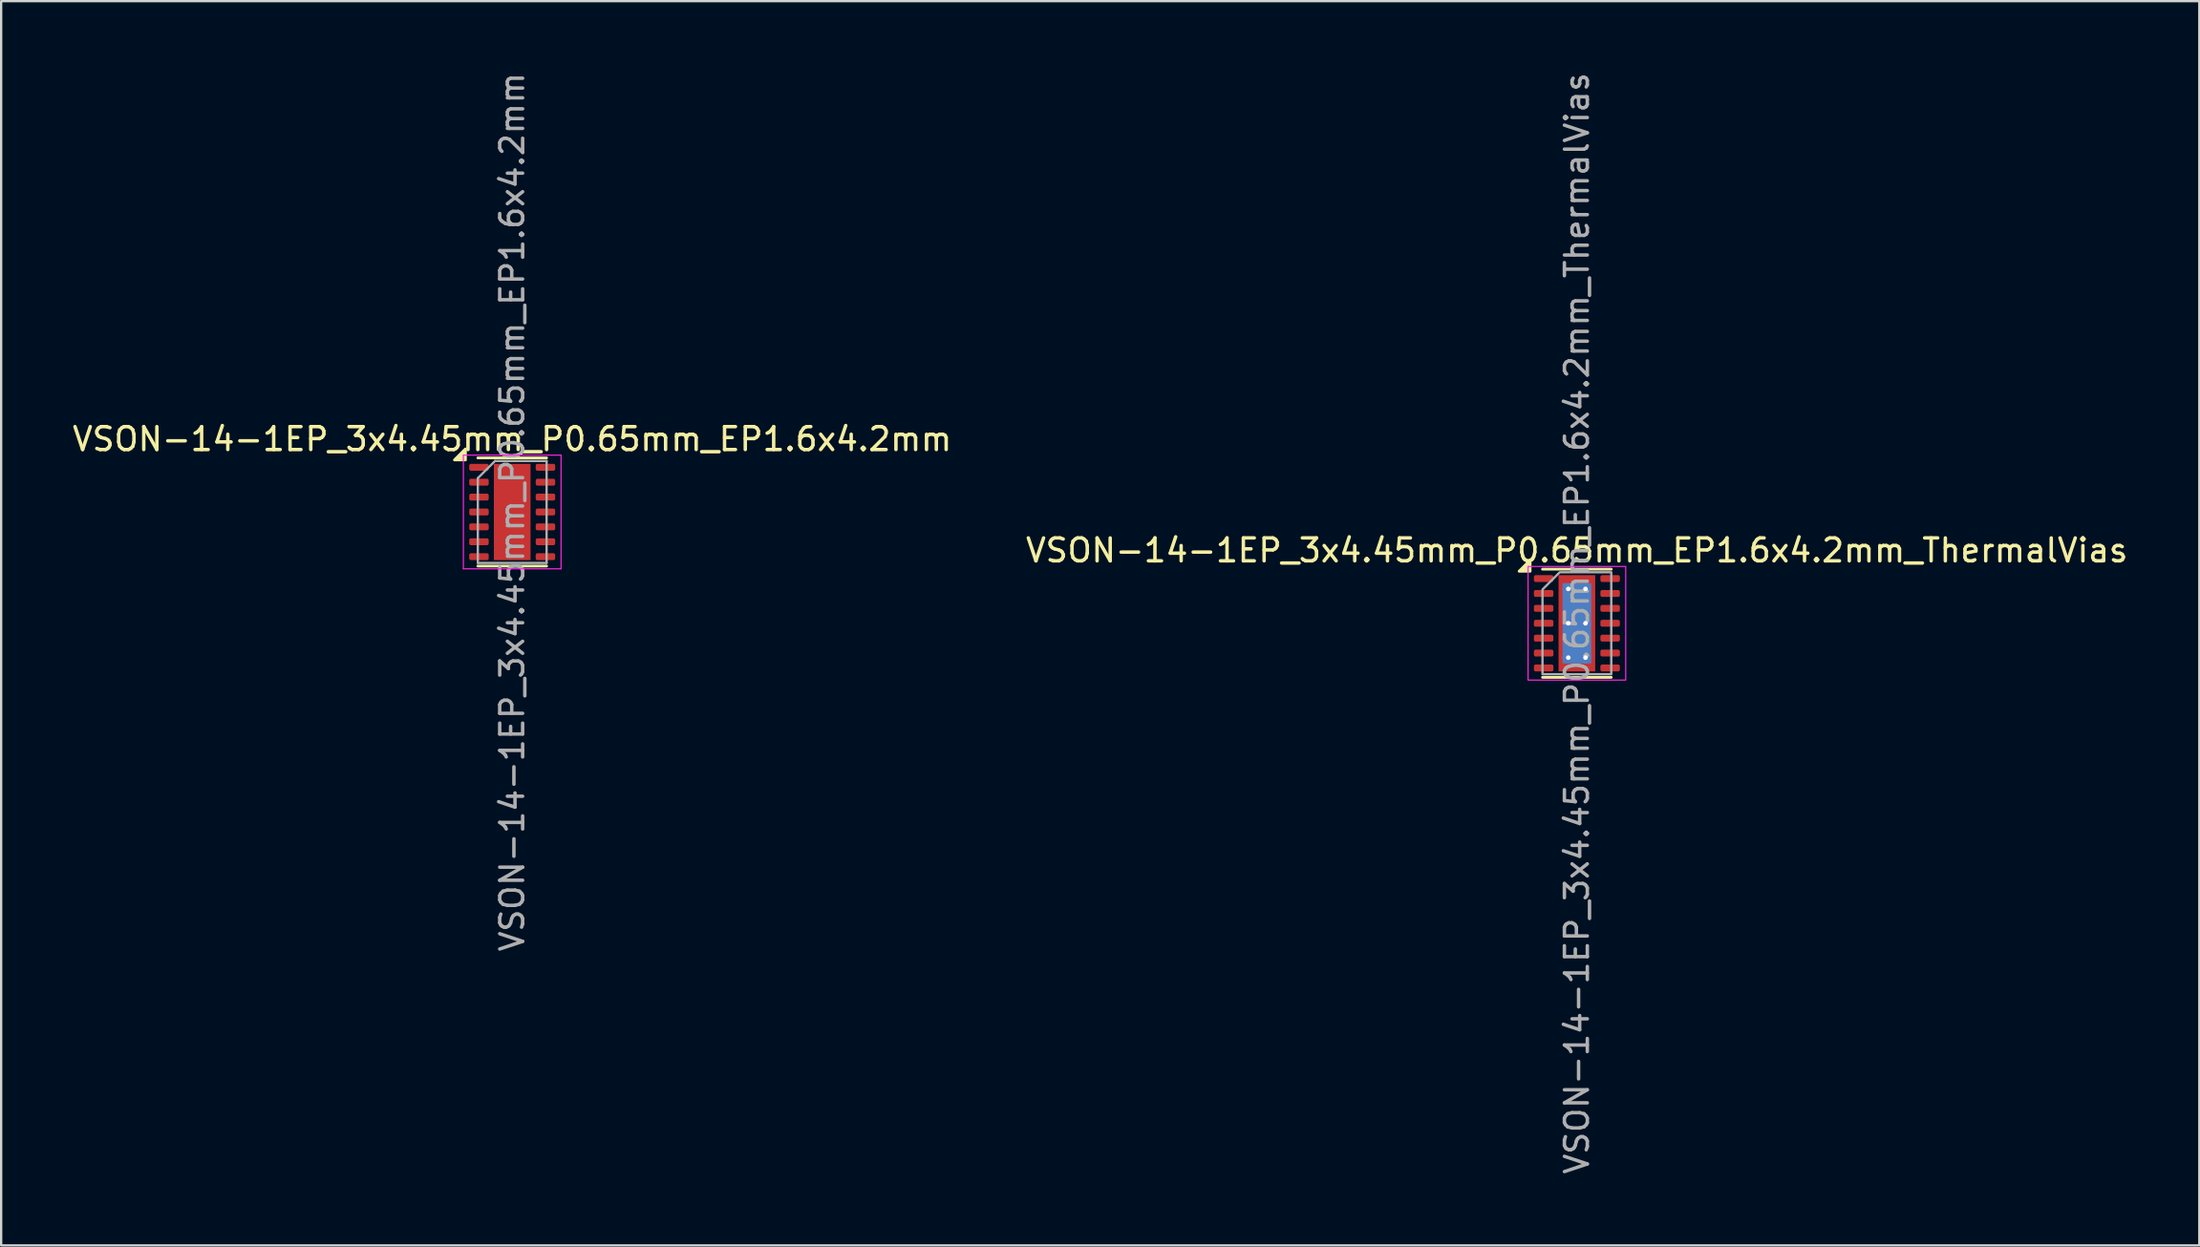
<source format=kicad_pcb>
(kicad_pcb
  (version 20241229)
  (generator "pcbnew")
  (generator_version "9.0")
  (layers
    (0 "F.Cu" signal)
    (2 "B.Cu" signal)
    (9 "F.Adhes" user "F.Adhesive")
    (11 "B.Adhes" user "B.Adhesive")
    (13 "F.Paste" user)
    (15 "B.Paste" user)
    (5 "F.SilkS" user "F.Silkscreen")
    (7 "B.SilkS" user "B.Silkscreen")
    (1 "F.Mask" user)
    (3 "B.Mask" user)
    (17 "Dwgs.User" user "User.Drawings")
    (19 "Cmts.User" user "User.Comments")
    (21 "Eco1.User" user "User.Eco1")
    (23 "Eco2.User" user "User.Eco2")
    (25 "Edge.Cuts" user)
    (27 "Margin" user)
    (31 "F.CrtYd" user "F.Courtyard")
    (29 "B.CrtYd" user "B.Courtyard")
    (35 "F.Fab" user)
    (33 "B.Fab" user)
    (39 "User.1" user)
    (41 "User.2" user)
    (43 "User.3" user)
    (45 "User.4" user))
  (footprint "VSON-14-1EP_3x4.45mm_P0.65mm_EP1.6x4.2mm"
    (layer "F.Cu")
    (at 19.292 19.292)
    (property "Reference" "VSON-14-1EP_3x4.45mm_P0.65mm_EP1.6x4.2mm" (at 0 -3.18 0) (layer "F.SilkS") (effects (font (size 1 1) (thickness 0.15))))
    (attr smd)
    (fp_line (start -1.5 -2.36) (end 1.5 -2.36) (stroke (width 0.12) (type solid)) (layer "F.SilkS"))
    (fp_line (start -1.5 2.36) (end 1.5 2.36) (stroke (width 0.12) (type solid)) (layer "F.SilkS"))
    (fp_poly (pts (xy -2.04 -2.27) (xy -2.52 -2.27) (xy -2.04 -2.75) (xy -2.04 -2.27)) (stroke (width 0.12) (type solid)) (fill yes) (layer "F.SilkS"))
    (fp_line (start -2.13 -2.48) (end -2.13 2.48) (stroke (width 0.05) (type solid)) (layer "F.CrtYd"))
    (fp_line (start -2.13 2.48) (end 2.13 2.48) (stroke (width 0.05) (type solid)) (layer "F.CrtYd"))
    (fp_line (start 2.13 -2.48) (end -2.13 -2.48) (stroke (width 0.05) (type solid)) (layer "F.CrtYd"))
    (fp_line (start 2.13 2.48) (end 2.13 -2.48) (stroke (width 0.05) (type solid)) (layer "F.CrtYd"))
    (fp_line (start -1.5 -1.475) (end -0.75 -2.225) (stroke (width 0.1) (type solid)) (layer "F.Fab"))
    (fp_line (start -1.5 2.225) (end -1.5 -1.475) (stroke (width 0.1) (type solid)) (layer "F.Fab"))
    (fp_line (start -0.75 -2.225) (end 1.5 -2.225) (stroke (width 0.1) (type solid)) (layer "F.Fab"))
    (fp_line (start 1.5 -2.225) (end 1.5 2.225) (stroke (width 0.1) (type solid)) (layer "F.Fab"))
    (fp_line (start 1.5 2.225) (end -1.5 2.225) (stroke (width 0.1) (type solid)) (layer "F.Fab"))
    (fp_text user "${REFERENCE}" (at 0 0 90) (layer "F.Fab") (effects (font (size 1 1) (thickness 0.15))))
    (pad "" smd roundrect (at 0 0) (size 1.29 3.39) (layers "F.Paste") (roundrect_rratio 0.194))
    (pad "1" smd roundrect (at -1.45 -1.95) (size 0.85 0.3) (layers "F.Cu" "F.Mask" "F.Paste") (roundrect_rratio 0.25))
    (pad "2" smd roundrect (at -1.45 -1.3) (size 0.85 0.3) (layers "F.Cu" "F.Mask" "F.Paste") (roundrect_rratio 0.25))
    (pad "3" smd roundrect (at -1.45 -0.65) (size 0.85 0.3) (layers "F.Cu" "F.Mask" "F.Paste") (roundrect_rratio 0.25))
    (pad "4" smd roundrect (at -1.45 0) (size 0.85 0.3) (layers "F.Cu" "F.Mask" "F.Paste") (roundrect_rratio 0.25))
    (pad "5" smd roundrect (at -1.45 0.65) (size 0.85 0.3) (layers "F.Cu" "F.Mask" "F.Paste") (roundrect_rratio 0.25))
    (pad "6" smd roundrect (at -1.45 1.3) (size 0.85 0.3) (layers "F.Cu" "F.Mask" "F.Paste") (roundrect_rratio 0.25))
    (pad "7" smd roundrect (at -1.45 1.95) (size 0.85 0.3) (layers "F.Cu" "F.Mask" "F.Paste") (roundrect_rratio 0.25))
    (pad "8" smd roundrect (at 1.45 1.95) (size 0.85 0.3) (layers "F.Cu" "F.Mask" "F.Paste") (roundrect_rratio 0.25))
    (pad "9" smd roundrect (at 1.45 1.3) (size 0.85 0.3) (layers "F.Cu" "F.Mask" "F.Paste") (roundrect_rratio 0.25))
    (pad "10" smd roundrect (at 1.45 0.65) (size 0.85 0.3) (layers "F.Cu" "F.Mask" "F.Paste") (roundrect_rratio 0.25))
    (pad "11" smd roundrect (at 1.45 0) (size 0.85 0.3) (layers "F.Cu" "F.Mask" "F.Paste") (roundrect_rratio 0.25))
    (pad "12" smd roundrect (at 1.45 -0.65) (size 0.85 0.3) (layers "F.Cu" "F.Mask" "F.Paste") (roundrect_rratio 0.25))
    (pad "13" smd roundrect (at 1.45 -1.3) (size 0.85 0.3) (layers "F.Cu" "F.Mask" "F.Paste") (roundrect_rratio 0.25))
    (pad "14" smd roundrect (at 1.45 -1.95) (size 0.85 0.3) (layers "F.Cu" "F.Mask" "F.Paste") (roundrect_rratio 0.25))
    (pad "15" smd rect (at 0 0) (size 1.6 4.2) (property pad_prop_heatsink) (layers "F.Cu" "F.Mask")))
  (footprint "VSON-14-1EP_3x4.45mm_P0.65mm_EP1.6x4.2mm_ThermalVias"
    (layer "F.Cu")
    (at 65.732 24.149)
    (property "Reference" "VSON-14-1EP_3x4.45mm_P0.65mm_EP1.6x4.2mm_ThermalVias" (at 0 -3.18 0) (layer "F.SilkS") (effects (font (size 1 1) (thickness 0.15))))
    (attr smd)
    (fp_line (start -1.5 -2.36) (end 1.5 -2.36) (stroke (width 0.12) (type solid)) (layer "F.SilkS"))
    (fp_line (start -1.5 2.36) (end 1.5 2.36) (stroke (width 0.12) (type solid)) (layer "F.SilkS"))
    (fp_poly (pts (xy -2.04 -2.27) (xy -2.52 -2.27) (xy -2.04 -2.75)) (stroke (width 0.12) (type solid)) (fill yes) (layer "F.SilkS"))
    (fp_rect (start -2.13 -2.48) (end 2.13 2.48) (stroke (width 0.05) (type solid)) (fill no) (layer "F.CrtYd"))
    (fp_poly (pts (xy -1.5 -1.475) (xy -1.5 2.225) (xy 1.5 2.225) (xy 1.5 -2.225) (xy -0.75 -2.225)) (stroke (width 0.1) (type solid)) (fill no) (layer "F.Fab"))
    (fp_text user "${REFERENCE}" (at 0 0 90) (layer "F.Fab") (effects (font (size 1 1) (thickness 0.15))))
    (pad "" smd custom (at -0.588 -1.8) (size 0.163 0.163) (layers "F.Paste") (options (anchor circle)) (primitives (gr_poly (pts (xy -0.127 -0.198) (xy 0.127 -0.198) (xy 0.127 -0.031) (xy -0.101 0.198) (xy -0.127 0.198)) (width 0.088) (fill yes))))
    (pad "" smd custom (at -0.588 -0.75) (size 0.225 0.225) (layers "F.Paste") (options (anchor circle)) (primitives (gr_poly (pts (xy -0.086 -0.519) (xy -0.031 -0.519) (xy 0.086 -0.402) (xy 0.086 0.402) (xy -0.031 0.519) (xy -0.086 0.519)) (width 0.171) (fill yes))))
    (pad "" smd custom (at -0.588 0.75) (size 0.225 0.225) (layers "F.Paste") (options (anchor circle)) (primitives (gr_poly (pts (xy -0.086 -0.519) (xy -0.031 -0.519) (xy 0.086 -0.402) (xy 0.086 0.402) (xy -0.031 0.519) (xy -0.086 0.519)) (width 0.171) (fill yes))))
    (pad "" smd custom (at -0.588 1.8) (size 0.163 0.163) (layers "F.Paste") (options (anchor circle)) (primitives (gr_poly (pts (xy -0.127 -0.198) (xy -0.101 -0.198) (xy 0.127 0.031) (xy 0.127 0.198) (xy -0.127 0.198)) (width 0.088) (fill yes))))
    (pad "" smd custom (at 0 -1.8) (size 0.326 0.326) (layers "F.Paste") (options (anchor circle)) (primitives (gr_poly (pts (xy -0.181 -0.121) (xy 0.181 -0.121) (xy 0.181 -0.031) (xy 0.029 0.121) (xy -0.029 0.121) (xy -0.181 -0.031)) (width 0.242) (fill yes))))
    (pad "" smd custom (at 0 -0.75) (size 0.509 0.509) (layers "F.Paste") (options (anchor circle)) (primitives (gr_poly (pts (xy -0.206 -0.429) (xy -0.127 -0.509) (xy 0.127 -0.509) (xy 0.206 -0.429) (xy 0.206 0.429) (xy 0.127 0.509) (xy -0.127 0.509) (xy -0.206 0.429)) (width 0.192) (fill yes))))
    (pad "" smd custom (at 0 0.75) (size 0.509 0.509) (layers "F.Paste") (options (anchor circle)) (primitives (gr_poly (pts (xy -0.206 -0.429) (xy -0.127 -0.509) (xy 0.127 -0.509) (xy 0.206 -0.429) (xy 0.206 0.429) (xy 0.127 0.509) (xy -0.127 0.509) (xy -0.206 0.429)) (width 0.192) (fill yes))))
    (pad "" smd custom (at 0 1.8) (size 0.326 0.326) (layers "F.Paste") (options (anchor circle)) (primitives (gr_poly (pts (xy -0.181 0.031) (xy -0.029 -0.121) (xy 0.029 -0.121) (xy 0.181 0.031) (xy 0.181 0.121) (xy -0.181 0.121)) (width 0.242) (fill yes))))
    (pad "" smd custom (at 0.588 -1.8) (size 0.163 0.163) (layers "F.Paste") (options (anchor circle)) (primitives (gr_poly (pts (xy -0.127 -0.198) (xy 0.127 -0.198) (xy 0.127 0.198) (xy 0.101 0.198) (xy -0.127 -0.031)) (width 0.088) (fill yes))))
    (pad "" smd custom (at 0.588 -0.75) (size 0.225 0.225) (layers "F.Paste") (options (anchor circle)) (primitives (gr_poly (pts (xy -0.086 -0.402) (xy 0.031 -0.519) (xy 0.086 -0.519) (xy 0.086 0.519) (xy 0.031 0.519) (xy -0.086 0.402)) (width 0.171) (fill yes))))
    (pad "" smd custom (at 0.588 0.75) (size 0.225 0.225) (layers "F.Paste") (options (anchor circle)) (primitives (gr_poly (pts (xy -0.086 -0.402) (xy 0.031 -0.519) (xy 0.086 -0.519) (xy 0.086 0.519) (xy 0.031 0.519) (xy -0.086 0.402)) (width 0.171) (fill yes))))
    (pad "" smd custom (at 0.588 1.8) (size 0.163 0.163) (layers "F.Paste") (options (anchor circle)) (primitives (gr_poly (pts (xy -0.127 0.031) (xy 0.101 -0.198) (xy 0.127 -0.198) (xy 0.127 0.198) (xy -0.127 0.198)) (width 0.088) (fill yes))))
    (pad "1" smd roundrect (at -1.45 -1.95) (size 0.85 0.3) (layers "F.Cu" "F.Mask" "F.Paste") (roundrect_rratio 0.25))
    (pad "2" smd roundrect (at -1.45 -1.3) (size 0.85 0.3) (layers "F.Cu" "F.Mask" "F.Paste") (roundrect_rratio 0.25))
    (pad "3" smd roundrect (at -1.45 -0.65) (size 0.85 0.3) (layers "F.Cu" "F.Mask" "F.Paste") (roundrect_rratio 0.25))
    (pad "4" smd roundrect (at -1.45 0) (size 0.85 0.3) (layers "F.Cu" "F.Mask" "F.Paste") (roundrect_rratio 0.25))
    (pad "5" smd roundrect (at -1.45 0.65) (size 0.85 0.3) (layers "F.Cu" "F.Mask" "F.Paste") (roundrect_rratio 0.25))
    (pad "6" smd roundrect (at -1.45 1.3) (size 0.85 0.3) (layers "F.Cu" "F.Mask" "F.Paste") (roundrect_rratio 0.25))
    (pad "7" smd roundrect (at -1.45 1.95) (size 0.85 0.3) (layers "F.Cu" "F.Mask" "F.Paste") (roundrect_rratio 0.25))
    (pad "8" smd roundrect (at 1.45 1.95) (size 0.85 0.3) (layers "F.Cu" "F.Mask" "F.Paste") (roundrect_rratio 0.25))
    (pad "9" smd roundrect (at 1.45 1.3) (size 0.85 0.3) (layers "F.Cu" "F.Mask" "F.Paste") (roundrect_rratio 0.25))
    (pad "10" smd roundrect (at 1.45 0.65) (size 0.85 0.3) (layers "F.Cu" "F.Mask" "F.Paste") (roundrect_rratio 0.25))
    (pad "11" smd roundrect (at 1.45 0) (size 0.85 0.3) (layers "F.Cu" "F.Mask" "F.Paste") (roundrect_rratio 0.25))
    (pad "12" smd roundrect (at 1.45 -0.65) (size 0.85 0.3) (layers "F.Cu" "F.Mask" "F.Paste") (roundrect_rratio 0.25))
    (pad "13" smd roundrect (at 1.45 -1.3) (size 0.85 0.3) (layers "F.Cu" "F.Mask" "F.Paste") (roundrect_rratio 0.25))
    (pad "14" smd roundrect (at 1.45 -1.95) (size 0.85 0.3) (layers "F.Cu" "F.Mask" "F.Paste") (roundrect_rratio 0.25))
    (pad "15" thru_hole circle (at -0.375 -1.5) (size 0.5 0.5) (drill 0.2) (property pad_prop_heatsink) (layers "*.Cu"))
    (pad "15" thru_hole circle (at -0.375 0) (size 0.5 0.5) (drill 0.2) (property pad_prop_heatsink) (layers "*.Cu"))
    (pad "15" thru_hole circle (at -0.375 1.5) (size 0.5 0.5) (drill 0.2) (property pad_prop_heatsink) (layers "*.Cu"))
    (pad "15" smd rect (at 0 0) (size 1.25 3.5) (property pad_prop_heatsink) (layers "B.Cu"))
    (pad "15" smd rect (at 0 0) (size 1.6 4.2) (property pad_prop_heatsink) (layers "F.Cu" "F.Mask"))
    (pad "15" thru_hole circle (at 0.375 -1.5) (size 0.5 0.5) (drill 0.2) (property pad_prop_heatsink) (layers "*.Cu"))
    (pad "15" thru_hole circle (at 0.375 0) (size 0.5 0.5) (drill 0.2) (property pad_prop_heatsink) (layers "*.Cu"))
    (pad "15" thru_hole circle (at 0.375 1.5) (size 0.5 0.5) (drill 0.2) (property pad_prop_heatsink) (layers "*.Cu")))
  (gr_rect
    (start -3 -3)
    (end 92.881 51.298)
    (stroke (width 0.1) (type default))
    (fill no)
    (layer "Edge.Cuts")))
</source>
